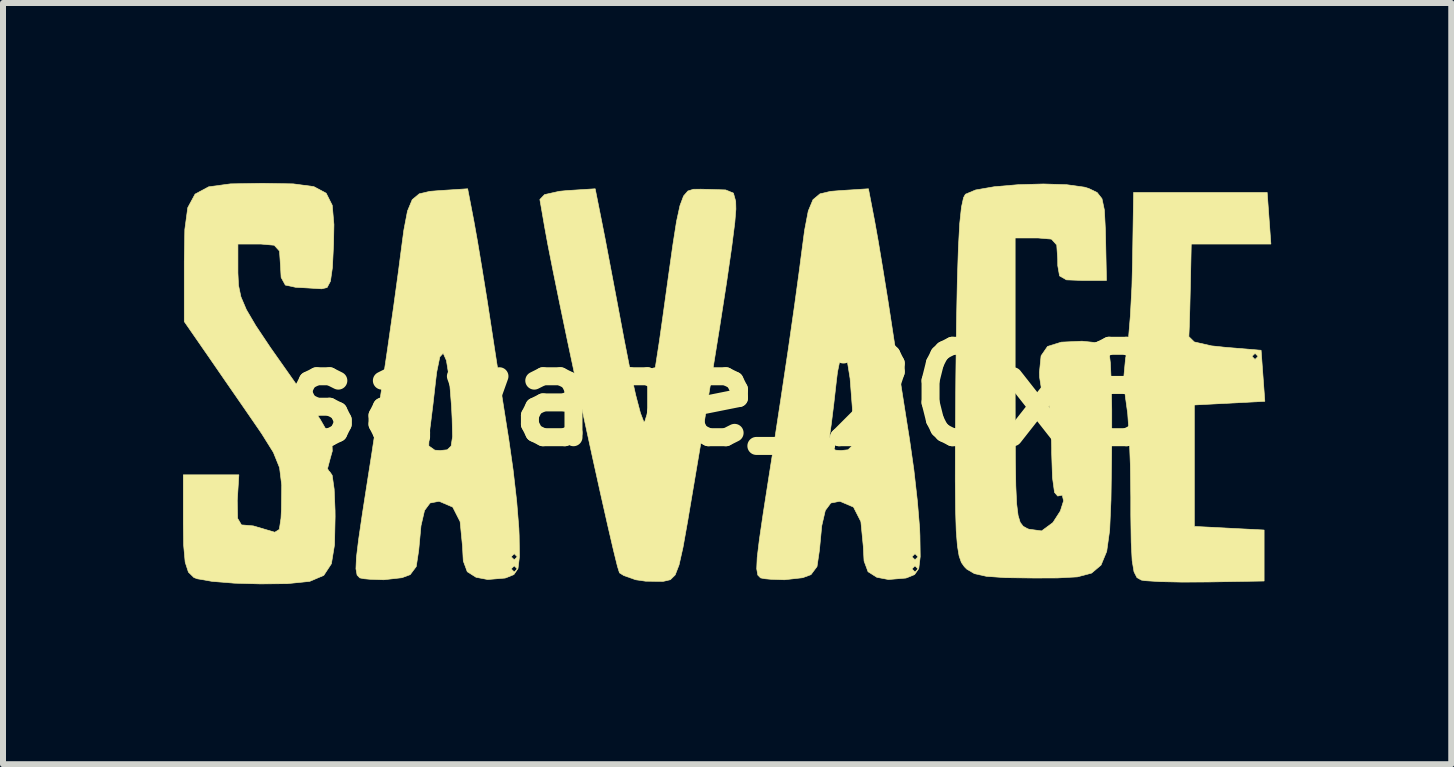
<source format=kicad_pcb>
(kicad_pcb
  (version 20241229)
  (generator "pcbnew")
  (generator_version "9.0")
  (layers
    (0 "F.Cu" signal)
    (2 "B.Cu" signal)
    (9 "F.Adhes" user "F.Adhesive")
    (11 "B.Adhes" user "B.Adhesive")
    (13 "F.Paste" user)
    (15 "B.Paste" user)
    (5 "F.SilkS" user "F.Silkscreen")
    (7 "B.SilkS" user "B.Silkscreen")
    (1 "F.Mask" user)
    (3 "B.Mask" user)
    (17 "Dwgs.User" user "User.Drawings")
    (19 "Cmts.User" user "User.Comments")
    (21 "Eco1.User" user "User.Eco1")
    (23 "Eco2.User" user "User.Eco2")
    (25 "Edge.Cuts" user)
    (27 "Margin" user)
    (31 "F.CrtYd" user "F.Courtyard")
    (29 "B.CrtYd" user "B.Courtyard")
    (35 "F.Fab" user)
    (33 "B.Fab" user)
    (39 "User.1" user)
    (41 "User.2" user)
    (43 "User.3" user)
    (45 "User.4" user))
  (footprint "savage_20x8"
    (layer "F.Cu")
    (at 9.011 3.547)
    (property "Reference" "savage_20x8" (at 0 0 0) (layer "F.SilkS") (effects (font (size 1.524 1.524) (thickness 0.3))))
    (attr through_hole)
    (fp_poly (pts (xy 9.088 -2.96) (xy 9.119 -2.53) (xy 7.792 -2.53) (xy 7.777 -1.822) (xy 7.768 -1.449) (xy 7.759 -1.149) (xy 7.752 -0.988) (xy 7.752 -0.987) (xy 7.843 -0.898) (xy 8.13 -0.833) (xy 8.349 -0.81) (xy 8.956 -0.759) (xy 8.987 -0.334) (xy 9.018 0.091) (xy 7.843 0.152) (xy 7.843 2.176) (xy 8.425 2.206) (xy 9.006 2.236) (xy 9.006 2.661) (xy 9.006 3.086) (xy 8.07 3.102) (xy 7.637 3.104) (xy 7.268 3.096) (xy 7.018 3.08) (xy 6.959 3.07) (xy 6.887 3.029) (xy 6.838 2.933) (xy 6.807 2.748) (xy 6.791 2.441) (xy 6.784 1.981) (xy 6.784 1.688) (xy 6.777 1.16) (xy 6.759 0.681) (xy 6.733 0.299) (xy 6.701 0.065) (xy 6.698 0.051) (xy 6.663 -0.264) (xy 6.697 -0.624) (xy 6.704 -0.658) (xy 8.804 -0.658) (xy 8.855 -0.607) (xy 8.905 -0.658) (xy 8.855 -0.708) (xy 8.804 -0.658) (xy 6.704 -0.658) (xy 6.743 -0.925) (xy 6.777 -1.334) (xy 6.803 -1.825) (xy 6.813 -2.226) (xy 6.831 -3.39) (xy 9.057 -3.39)) (stroke (width 0.01) (type solid)) (fill yes) (layer "F.SilkS"))
    (fp_poly (pts (xy -2.035 -2.915) (xy -1.976 -2.616) (xy -1.892 -2.172) (xy -1.791 -1.639) (xy -1.684 -1.069) (xy -1.658 -0.93) (xy -1.559 -0.426) (xy -1.466 -0.01) (xy -1.388 0.286) (xy -1.333 0.43) (xy -1.318 0.436) (xy -1.28 0.313) (xy -1.223 0.024) (xy -1.152 -0.394) (xy -1.073 -0.905) (xy -1.022 -1.265) (xy -0.923 -1.98) (xy -0.847 -2.52) (xy -0.786 -2.909) (xy -0.729 -3.171) (xy -0.669 -3.331) (xy -0.597 -3.414) (xy -0.504 -3.443) (xy -0.381 -3.444) (xy -0.245 -3.441) (xy 0.032 -3.432) (xy 0.162 -3.379) (xy 0.2 -3.241) (xy 0.203 -3.112) (xy 0.185 -2.889) (xy 0.133 -2.479) (xy 0.048 -1.891) (xy -0.069 -1.137) (xy -0.215 -0.228) (xy -0.388 0.826) (xy -0.588 2.012) (xy -0.597 2.067) (xy -0.678 2.523) (xy -0.744 2.817) (xy -0.809 2.985) (xy -0.889 3.064) (xy -1 3.09) (xy -1.016 3.092) (xy -1.301 3.089) (xy -1.467 3.065) (xy -1.665 2.995) (xy -1.737 2.95) (xy -1.771 2.842) (xy -1.839 2.565) (xy -1.935 2.151) (xy -2.053 1.628) (xy -2.186 1.027) (xy -2.327 0.379) (xy -2.47 -0.287) (xy -2.609 -0.941) (xy -2.736 -1.552) (xy -2.846 -2.091) (xy -2.932 -2.527) (xy -2.985 -2.817) (xy -3.031 -3.084) (xy -3.063 -3.267) (xy -3.064 -3.273) (xy -2.986 -3.354) (xy -2.739 -3.409) (xy -2.614 -3.421) (xy -2.142 -3.451)) (stroke (width 0.01) (type solid)) (fill yes) (layer "F.SilkS"))
    (fp_poly (pts (xy -7.175 -3.533) (xy -6.831 -3.487) (xy -6.625 -3.377) (xy -6.524 -3.176) (xy -6.496 -2.854) (xy -6.502 -2.53) (xy -6.521 -2.139) (xy -6.554 -1.91) (xy -6.61 -1.805) (xy -6.702 -1.783) (xy -6.704 -1.784) (xy -6.947 -1.799) (xy -7.134 -1.809) (xy -7.306 -1.846) (xy -7.376 -1.974) (xy -7.387 -2.176) (xy -7.403 -2.413) (xy -7.491 -2.51) (xy -7.714 -2.53) (xy -7.741 -2.53) (xy -8.096 -2.53) (xy -8.096 -2.047) (xy -8.086 -1.841) (xy -8.046 -1.65) (xy -7.956 -1.438) (xy -7.798 -1.169) (xy -7.554 -0.804) (xy -7.273 -0.405) (xy -6.946 0.06) (xy -6.724 0.393) (xy -6.59 0.626) (xy -6.528 0.791) (xy -6.523 0.92) (xy -6.556 1.036) (xy -6.603 1.214) (xy -6.574 1.262) (xy -6.569 1.26) (xy -6.525 1.324) (xy -6.492 1.554) (xy -6.477 1.911) (xy -6.476 2.011) (xy -6.486 2.481) (xy -6.538 2.798) (xy -6.665 2.992) (xy -6.9 3.092) (xy -7.276 3.13) (xy -7.723 3.134) (xy -8.155 3.122) (xy -8.524 3.092) (xy -8.772 3.049) (xy -8.829 3.028) (xy -8.921 2.938) (xy -8.975 2.772) (xy -9.001 2.485) (xy -9.006 2.12) (xy -9.006 1.316) (xy -8.08 1.316) (xy -8.107 1.746) (xy -8.101 2.042) (xy -8.036 2.152) (xy -8.017 2.152) (xy -7.841 2.167) (xy -7.644 2.225) (xy -7.482 2.273) (xy -7.406 2.226) (xy -7.378 2.039) (xy -7.371 1.895) (xy -7.366 1.487) (xy -7.402 1.197) (xy -7.505 0.942) (xy -7.696 0.636) (xy -7.745 0.564) (xy -7.99 0.208) (xy -8.285 -0.218) (xy -8.544 -0.594) (xy -8.99 -1.238) (xy -8.99 -2.238) (xy -8.981 -2.772) (xy -8.932 -3.136) (xy -8.81 -3.362) (xy -8.583 -3.484) (xy -8.219 -3.533) (xy -7.688 -3.542)) (stroke (width 0.01) (type solid)) (fill yes) (layer "F.SilkS"))
    (fp_poly (pts (xy -4.164 -2.915) (xy -4.104 -2.579) (xy -4.027 -2.116) (xy -3.944 -1.602) (xy -3.9 -1.316) (xy -3.81 -0.728) (xy -3.709 -0.077) (xy -3.614 0.526) (xy -3.583 0.72) (xy -3.51 1.233) (xy -3.45 1.758) (xy -3.414 2.206) (xy -3.409 2.329) (xy -3.404 2.679) (xy -3.428 2.878) (xy -3.497 2.979) (xy -3.63 3.033) (xy -3.646 3.037) (xy -3.933 3.061) (xy -4.127 3.024) (xy -4.274 2.931) (xy -4.291 2.884) (xy -3.542 2.884) (xy -3.491 2.935) (xy -3.441 2.884) (xy -3.491 2.833) (xy -3.542 2.884) (xy -4.291 2.884) (xy -4.34 2.753) (xy -4.344 2.682) (xy -3.542 2.682) (xy -3.491 2.732) (xy -3.441 2.682) (xy -3.491 2.631) (xy -3.542 2.682) (xy -4.344 2.682) (xy -4.353 2.508) (xy -4.393 2.096) (xy -4.516 1.854) (xy -4.734 1.761) (xy -4.754 1.759) (xy -4.894 1.786) (xy -4.986 1.91) (xy -5.045 2.165) (xy -5.083 2.574) (xy -5.124 2.845) (xy -5.225 2.98) (xy -5.363 3.031) (xy -5.667 3.065) (xy -5.895 3.057) (xy -5.993 3.048) (xy -6.065 3.034) (xy -6.11 2.987) (xy -6.129 2.882) (xy -6.121 2.695) (xy -6.085 2.398) (xy -6.022 1.967) (xy -5.93 1.375) (xy -5.865 0.961) (xy -5.846 0.834) (xy -4.915 0.834) (xy -4.815 0.905) (xy -4.725 0.911) (xy -4.608 0.899) (xy -4.543 0.837) (xy -4.519 0.679) (xy -4.526 0.384) (xy -4.536 0.177) (xy -4.573 -0.29) (xy -4.621 -0.589) (xy -4.675 -0.711) (xy -4.731 -0.65) (xy -4.783 -0.396) (xy -4.801 -0.248) (xy -4.844 0.132) (xy -4.886 0.471) (xy -4.909 0.632) (xy -4.915 0.834) (xy -5.846 0.834) (xy -5.729 0.073) (xy -5.605 -0.763) (xy -5.499 -1.504) (xy -5.417 -2.104) (xy -5.395 -2.277) (xy -5.331 -2.761) (xy -5.27 -3.08) (xy -5.191 -3.27) (xy -5.074 -3.367) (xy -4.898 -3.408) (xy -4.735 -3.421) (xy -4.267 -3.451)) (stroke (width 0.01) (type solid)) (fill yes) (layer "F.SilkS"))
    (fp_poly (pts (xy 2.515 -2.915) (xy 2.575 -2.579) (xy 2.652 -2.116) (xy 2.735 -1.602) (xy 2.779 -1.316) (xy 2.869 -0.728) (xy 2.97 -0.077) (xy 3.065 0.526) (xy 3.096 0.72) (xy 3.169 1.233) (xy 3.228 1.758) (xy 3.265 2.206) (xy 3.27 2.329) (xy 3.275 2.679) (xy 3.251 2.878) (xy 3.181 2.979) (xy 3.049 3.033) (xy 3.033 3.037) (xy 2.746 3.061) (xy 2.552 3.024) (xy 2.405 2.931) (xy 2.388 2.884) (xy 3.137 2.884) (xy 3.188 2.935) (xy 3.238 2.884) (xy 3.188 2.833) (xy 3.137 2.884) (xy 2.388 2.884) (xy 2.339 2.753) (xy 2.335 2.682) (xy 3.137 2.682) (xy 3.188 2.732) (xy 3.238 2.682) (xy 3.188 2.631) (xy 3.137 2.682) (xy 2.335 2.682) (xy 2.326 2.508) (xy 2.286 2.096) (xy 2.163 1.854) (xy 1.945 1.761) (xy 1.925 1.759) (xy 1.785 1.786) (xy 1.693 1.91) (xy 1.634 2.165) (xy 1.595 2.574) (xy 1.555 2.845) (xy 1.454 2.98) (xy 1.316 3.031) (xy 1.012 3.065) (xy 0.784 3.057) (xy 0.686 3.048) (xy 0.614 3.034) (xy 0.568 2.987) (xy 0.55 2.882) (xy 0.558 2.695) (xy 0.594 2.398) (xy 0.657 1.967) (xy 0.749 1.375) (xy 0.814 0.961) (xy 0.833 0.834) (xy 1.764 0.834) (xy 1.864 0.905) (xy 1.954 0.911) (xy 2.071 0.899) (xy 2.136 0.837) (xy 2.16 0.679) (xy 2.153 0.384) (xy 2.142 0.177) (xy 2.106 -0.29) (xy 2.058 -0.589) (xy 2.004 -0.711) (xy 1.948 -0.65) (xy 1.896 -0.396) (xy 1.878 -0.248) (xy 1.835 0.132) (xy 1.793 0.471) (xy 1.77 0.632) (xy 1.764 0.834) (xy 0.833 0.834) (xy 0.949 0.073) (xy 1.074 -0.763) (xy 1.18 -1.504) (xy 1.262 -2.104) (xy 1.284 -2.277) (xy 1.348 -2.761) (xy 1.409 -3.08) (xy 1.488 -3.27) (xy 1.605 -3.367) (xy 1.781 -3.408) (xy 1.944 -3.421) (xy 2.412 -3.451)) (stroke (width 0.01) (type solid)) (fill yes) (layer "F.SilkS"))
    (fp_poly (pts (xy 5.716 -3.519) (xy 6.012 -3.478) (xy 6.084 -3.456) (xy 6.223 -3.389) (xy 6.304 -3.286) (xy 6.344 -3.097) (xy 6.361 -2.771) (xy 6.364 -2.639) (xy 6.379 -1.923) (xy 5.972 -1.923) (xy 5.712 -1.933) (xy 5.597 -1.999) (xy 5.567 -2.17) (xy 5.566 -2.277) (xy 5.55 -2.514) (xy 5.462 -2.612) (xy 5.239 -2.631) (xy 5.212 -2.631) (xy 4.857 -2.631) (xy 4.857 -0.25) (xy 4.858 0.504) (xy 4.861 1.079) (xy 4.868 1.503) (xy 4.882 1.799) (xy 4.906 1.993) (xy 4.941 2.109) (xy 4.99 2.173) (xy 5.055 2.21) (xy 5.085 2.222) (xy 5.298 2.251) (xy 5.481 2.116) (xy 5.49 2.106) (xy 5.61 1.92) (xy 5.664 1.75) (xy 5.642 1.655) (xy 5.566 1.67) (xy 5.513 1.609) (xy 5.479 1.361) (xy 5.465 0.939) (xy 5.465 0.866) (xy 5.453 0.445) (xy 5.423 0.147) (xy 5.377 0.006) (xy 5.363 0) (xy 5.299 -0.09) (xy 5.264 -0.313) (xy 5.262 -0.394) (xy 5.289 -0.667) (xy 5.397 -0.824) (xy 5.627 -0.895) (xy 5.972 -0.911) (xy 6.254 -0.882) (xy 6.394 -0.781) (xy 6.424 -0.714) (xy 6.444 -0.548) (xy 6.459 -0.22) (xy 6.467 0.23) (xy 6.467 0.761) (xy 6.464 1.058) (xy 6.454 1.737) (xy 6.432 2.239) (xy 6.383 2.592) (xy 6.288 2.821) (xy 6.131 2.954) (xy 5.894 3.017) (xy 5.559 3.035) (xy 5.171 3.036) (xy 4.696 3.03) (xy 4.38 3.008) (xy 4.18 2.964) (xy 4.052 2.889) (xy 4.011 2.848) (xy 3.961 2.777) (xy 3.923 2.669) (xy 3.895 2.501) (xy 3.875 2.252) (xy 3.864 1.898) (xy 3.859 1.416) (xy 3.86 0.784) (xy 3.866 -0.022) (xy 3.868 -0.284) (xy 3.879 -1.19) (xy 3.893 -1.911) (xy 3.911 -2.465) (xy 3.933 -2.87) (xy 3.962 -3.144) (xy 3.997 -3.304) (xy 4.028 -3.36) (xy 4.197 -3.431) (xy 4.509 -3.485) (xy 4.906 -3.519) (xy 5.328 -3.531)) (stroke (width 0.01) (type solid)) (fill yes) (layer "F.SilkS")))
  (gr_rect
    (start -3 -3)
    (end 21.136 9.686)
    (stroke (width 0.1) (type default))
    (fill no)
    (layer "Edge.Cuts")))
</source>
